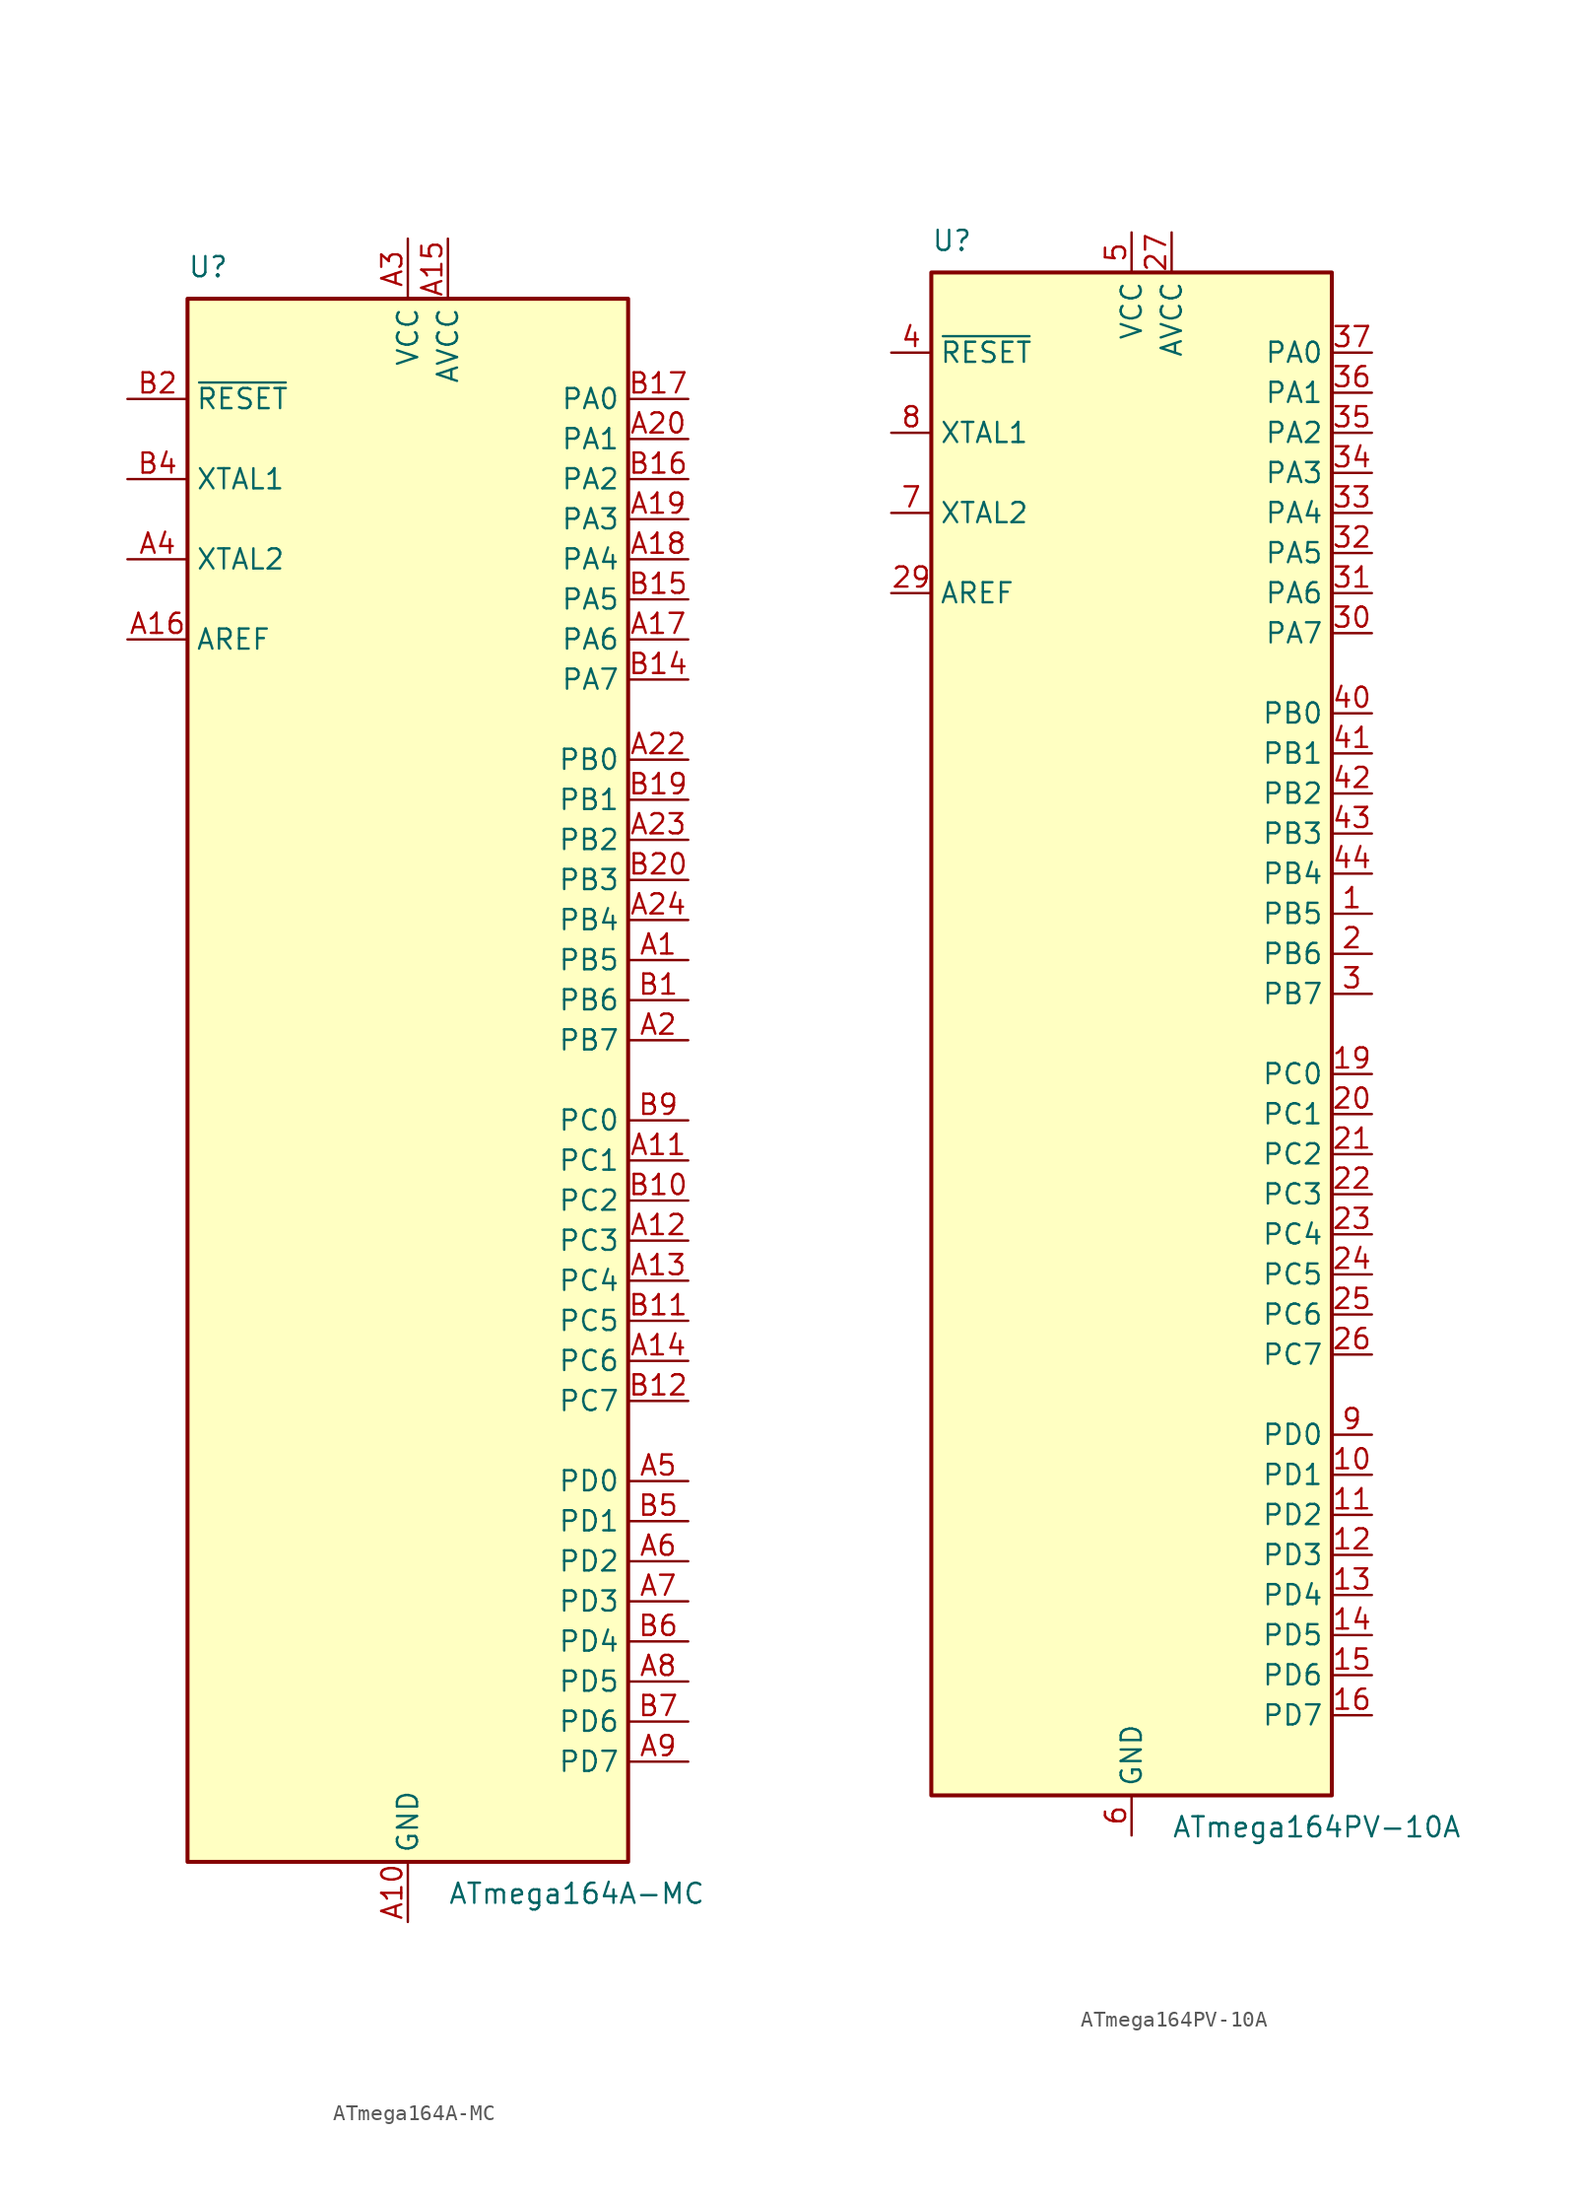
<source format=kicad_sym>
(kicad_symbol_lib
  (version 20201005)
  (generator kicad_symbol_editor)
  (symbol "ATmega164A-MC"
    (property "Reference" "U"
      (at -13.97 50.8 0)
      (effects (font (size 1.27 1.27)) (justify left bottom)))
    (property "Value" "ATmega164A-MC"
      (at 2.54 -50.8 0)
      (effects (font (size 1.27 1.27)) (justify left top)))
    (symbol "ATmega164A-MC_0_1"
      (rectangle (start -13.97 -49.53) (end 13.97 49.53) (stroke (width 0.254)) (fill (type background))))
    (symbol "ATmega164A-MC_1_1"
      (pin bidirectional line (at 17.78 7.62 180) (length 3.81) (name "PB5" (effects (font (size 1.27 1.27)))) (number "A1" (effects (font (size 1.27 1.27)))))
      (pin power_in line (at 0 -53.34 90) (length 3.81) (name "GND" (effects (font (size 1.27 1.27)))) (number "A10" (effects (font (size 1.27 1.27)))))
      (pin bidirectional line (at 17.78 -5.08 180) (length 3.81) (name "PC1" (effects (font (size 1.27 1.27)))) (number "A11" (effects (font (size 1.27 1.27)))))
      (pin bidirectional line (at 17.78 -10.16 180) (length 3.81) (name "PC3" (effects (font (size 1.27 1.27)))) (number "A12" (effects (font (size 1.27 1.27)))))
      (pin bidirectional line (at 17.78 -12.7 180) (length 3.81) (name "PC4" (effects (font (size 1.27 1.27)))) (number "A13" (effects (font (size 1.27 1.27)))))
      (pin bidirectional line (at 17.78 -17.78 180) (length 3.81) (name "PC6" (effects (font (size 1.27 1.27)))) (number "A14" (effects (font (size 1.27 1.27)))))
      (pin power_in line (at 2.54 53.34 270) (length 3.81) (name "AVCC" (effects (font (size 1.27 1.27)))) (number "A15" (effects (font (size 1.27 1.27)))))
      (pin passive line (at -17.78 27.94 0) (length 3.81) (name "AREF" (effects (font (size 1.27 1.27)))) (number "A16" (effects (font (size 1.27 1.27)))))
      (pin bidirectional line (at 17.78 27.94 180) (length 3.81) (name "PA6" (effects (font (size 1.27 1.27)))) (number "A17" (effects (font (size 1.27 1.27)))))
      (pin bidirectional line (at 17.78 33.02 180) (length 3.81) (name "PA4" (effects (font (size 1.27 1.27)))) (number "A18" (effects (font (size 1.27 1.27)))))
      (pin bidirectional line (at 17.78 35.56 180) (length 3.81) (name "PA3" (effects (font (size 1.27 1.27)))) (number "A19" (effects (font (size 1.27 1.27)))))
      (pin bidirectional line (at 17.78 2.54 180) (length 3.81) (name "PB7" (effects (font (size 1.27 1.27)))) (number "A2" (effects (font (size 1.27 1.27)))))
      (pin bidirectional line (at 17.78 40.64 180) (length 3.81) (name "PA1" (effects (font (size 1.27 1.27)))) (number "A20" (effects (font (size 1.27 1.27)))))
      (pin passive line (at 0 53.34 270) (length 3.81) hide (name "VCC" (effects (font (size 1.27 1.27)))) (number "A21" (effects (font (size 1.27 1.27)))))
      (pin bidirectional line (at 17.78 20.32 180) (length 3.81) (name "PB0" (effects (font (size 1.27 1.27)))) (number "A22" (effects (font (size 1.27 1.27)))))
      (pin bidirectional line (at 17.78 15.24 180) (length 3.81) (name "PB2" (effects (font (size 1.27 1.27)))) (number "A23" (effects (font (size 1.27 1.27)))))
      (pin bidirectional line (at 17.78 10.16 180) (length 3.81) (name "PB4" (effects (font (size 1.27 1.27)))) (number "A24" (effects (font (size 1.27 1.27)))))
      (pin power_in line (at 0 53.34 270) (length 3.81) (name "VCC" (effects (font (size 1.27 1.27)))) (number "A3" (effects (font (size 1.27 1.27)))))
      (pin output line (at -17.78 33.02 0) (length 3.81) (name "XTAL2" (effects (font (size 1.27 1.27)))) (number "A4" (effects (font (size 1.27 1.27)))))
      (pin bidirectional line (at 17.78 -25.4 180) (length 3.81) (name "PD0" (effects (font (size 1.27 1.27)))) (number "A5" (effects (font (size 1.27 1.27)))))
      (pin bidirectional line (at 17.78 -30.48 180) (length 3.81) (name "PD2" (effects (font (size 1.27 1.27)))) (number "A6" (effects (font (size 1.27 1.27)))))
      (pin bidirectional line (at 17.78 -33.02 180) (length 3.81) (name "PD3" (effects (font (size 1.27 1.27)))) (number "A7" (effects (font (size 1.27 1.27)))))
      (pin bidirectional line (at 17.78 -38.1 180) (length 3.81) (name "PD5" (effects (font (size 1.27 1.27)))) (number "A8" (effects (font (size 1.27 1.27)))))
      (pin bidirectional line (at 17.78 -43.18 180) (length 3.81) (name "PD7" (effects (font (size 1.27 1.27)))) (number "A9" (effects (font (size 1.27 1.27)))))
      (pin bidirectional line (at 17.78 5.08 180) (length 3.81) (name "PB6" (effects (font (size 1.27 1.27)))) (number "B1" (effects (font (size 1.27 1.27)))))
      (pin bidirectional line (at 17.78 -7.62 180) (length 3.81) (name "PC2" (effects (font (size 1.27 1.27)))) (number "B10" (effects (font (size 1.27 1.27)))))
      (pin bidirectional line (at 17.78 -15.24 180) (length 3.81) (name "PC5" (effects (font (size 1.27 1.27)))) (number "B11" (effects (font (size 1.27 1.27)))))
      (pin bidirectional line (at 17.78 -20.32 180) (length 3.81) (name "PC7" (effects (font (size 1.27 1.27)))) (number "B12" (effects (font (size 1.27 1.27)))))
      (pin passive line (at 0 -53.34 90) (length 3.81) hide (name "GND" (effects (font (size 1.27 1.27)))) (number "B13" (effects (font (size 1.27 1.27)))))
      (pin bidirectional line (at 17.78 25.4 180) (length 3.81) (name "PA7" (effects (font (size 1.27 1.27)))) (number "B14" (effects (font (size 1.27 1.27)))))
      (pin bidirectional line (at 17.78 30.48 180) (length 3.81) (name "PA5" (effects (font (size 1.27 1.27)))) (number "B15" (effects (font (size 1.27 1.27)))))
      (pin bidirectional line (at 17.78 38.1 180) (length 3.81) (name "PA2" (effects (font (size 1.27 1.27)))) (number "B16" (effects (font (size 1.27 1.27)))))
      (pin bidirectional line (at 17.78 43.18 180) (length 3.81) (name "PA0" (effects (font (size 1.27 1.27)))) (number "B17" (effects (font (size 1.27 1.27)))))
      (pin passive line (at 0 -53.34 90) (length 3.81) hide (name "GND" (effects (font (size 1.27 1.27)))) (number "B18" (effects (font (size 1.27 1.27)))))
      (pin bidirectional line (at 17.78 17.78 180) (length 3.81) (name "PB1" (effects (font (size 1.27 1.27)))) (number "B19" (effects (font (size 1.27 1.27)))))
      (pin input line (at -17.78 43.18 0) (length 3.81) (name "~RESET" (effects (font (size 1.27 1.27)))) (number "B2" (effects (font (size 1.27 1.27)))))
      (pin bidirectional line (at 17.78 12.7 180) (length 3.81) (name "PB3" (effects (font (size 1.27 1.27)))) (number "B20" (effects (font (size 1.27 1.27)))))
      (pin passive line (at 0 -53.34 90) (length 3.81) hide (name "GND" (effects (font (size 1.27 1.27)))) (number "B3" (effects (font (size 1.27 1.27)))))
      (pin input line (at -17.78 38.1 0) (length 3.81) (name "XTAL1" (effects (font (size 1.27 1.27)))) (number "B4" (effects (font (size 1.27 1.27)))))
      (pin bidirectional line (at 17.78 -27.94 180) (length 3.81) (name "PD1" (effects (font (size 1.27 1.27)))) (number "B5" (effects (font (size 1.27 1.27)))))
      (pin bidirectional line (at 17.78 -35.56 180) (length 3.81) (name "PD4" (effects (font (size 1.27 1.27)))) (number "B6" (effects (font (size 1.27 1.27)))))
      (pin bidirectional line (at 17.78 -40.64 180) (length 3.81) (name "PD6" (effects (font (size 1.27 1.27)))) (number "B7" (effects (font (size 1.27 1.27)))))
      (pin passive line (at 0 53.34 270) (length 3.81) hide (name "VCC" (effects (font (size 1.27 1.27)))) (number "B8" (effects (font (size 1.27 1.27)))))
      (pin bidirectional line (at 17.78 -2.54 180) (length 3.81) (name "PC0" (effects (font (size 1.27 1.27)))) (number "B9" (effects (font (size 1.27 1.27)))))
      (pin passive line (at 0 -53.34 90) (length 3.81) hide (name "GND" (effects (font (size 1.27 1.27)))) (number "EP" (effects (font (size 1.27 1.27)))))))
  (symbol "ATmega164PV-10A"
    (property "Reference" "U"
      (at -12.7 49.53 0)
      (effects (font (size 1.27 1.27)) (justify left bottom)))
    (property "Value" "ATmega164PV-10A"
      (at 2.54 -49.53 0)
      (effects (font (size 1.27 1.27)) (justify left top)))
    (symbol "ATmega164PV-10A_0_1"
      (rectangle (start -12.7 -48.26) (end 12.7 48.26) (stroke (width 0.254)) (fill (type background))))
    (symbol "ATmega164PV-10A_1_1"
      (pin bidirectional line (at 15.24 7.62 180) (length 2.54) (name "PB5" (effects (font (size 1.27 1.27)))) (number "1" (effects (font (size 1.27 1.27)))))
      (pin bidirectional line (at 15.24 -27.94 180) (length 2.54) (name "PD1" (effects (font (size 1.27 1.27)))) (number "10" (effects (font (size 1.27 1.27)))))
      (pin bidirectional line (at 15.24 -30.48 180) (length 2.54) (name "PD2" (effects (font (size 1.27 1.27)))) (number "11" (effects (font (size 1.27 1.27)))))
      (pin bidirectional line (at 15.24 -33.02 180) (length 2.54) (name "PD3" (effects (font (size 1.27 1.27)))) (number "12" (effects (font (size 1.27 1.27)))))
      (pin bidirectional line (at 15.24 -35.56 180) (length 2.54) (name "PD4" (effects (font (size 1.27 1.27)))) (number "13" (effects (font (size 1.27 1.27)))))
      (pin bidirectional line (at 15.24 -38.1 180) (length 2.54) (name "PD5" (effects (font (size 1.27 1.27)))) (number "14" (effects (font (size 1.27 1.27)))))
      (pin bidirectional line (at 15.24 -40.64 180) (length 2.54) (name "PD6" (effects (font (size 1.27 1.27)))) (number "15" (effects (font (size 1.27 1.27)))))
      (pin bidirectional line (at 15.24 -43.18 180) (length 2.54) (name "PD7" (effects (font (size 1.27 1.27)))) (number "16" (effects (font (size 1.27 1.27)))))
      (pin passive line (at 0 50.8 270) (length 2.54) hide (name "VCC" (effects (font (size 1.27 1.27)))) (number "17" (effects (font (size 1.27 1.27)))))
      (pin passive line (at 0 -50.8 90) (length 2.54) hide (name "GND" (effects (font (size 1.27 1.27)))) (number "18" (effects (font (size 1.27 1.27)))))
      (pin bidirectional line (at 15.24 -2.54 180) (length 2.54) (name "PC0" (effects (font (size 1.27 1.27)))) (number "19" (effects (font (size 1.27 1.27)))))
      (pin bidirectional line (at 15.24 5.08 180) (length 2.54) (name "PB6" (effects (font (size 1.27 1.27)))) (number "2" (effects (font (size 1.27 1.27)))))
      (pin bidirectional line (at 15.24 -5.08 180) (length 2.54) (name "PC1" (effects (font (size 1.27 1.27)))) (number "20" (effects (font (size 1.27 1.27)))))
      (pin bidirectional line (at 15.24 -7.62 180) (length 2.54) (name "PC2" (effects (font (size 1.27 1.27)))) (number "21" (effects (font (size 1.27 1.27)))))
      (pin bidirectional line (at 15.24 -10.16 180) (length 2.54) (name "PC3" (effects (font (size 1.27 1.27)))) (number "22" (effects (font (size 1.27 1.27)))))
      (pin bidirectional line (at 15.24 -12.7 180) (length 2.54) (name "PC4" (effects (font (size 1.27 1.27)))) (number "23" (effects (font (size 1.27 1.27)))))
      (pin bidirectional line (at 15.24 -15.24 180) (length 2.54) (name "PC5" (effects (font (size 1.27 1.27)))) (number "24" (effects (font (size 1.27 1.27)))))
      (pin bidirectional line (at 15.24 -17.78 180) (length 2.54) (name "PC6" (effects (font (size 1.27 1.27)))) (number "25" (effects (font (size 1.27 1.27)))))
      (pin bidirectional line (at 15.24 -20.32 180) (length 2.54) (name "PC7" (effects (font (size 1.27 1.27)))) (number "26" (effects (font (size 1.27 1.27)))))
      (pin power_in line (at 2.54 50.8 270) (length 2.54) (name "AVCC" (effects (font (size 1.27 1.27)))) (number "27" (effects (font (size 1.27 1.27)))))
      (pin passive line (at 0 -50.8 90) (length 2.54) hide (name "GND" (effects (font (size 1.27 1.27)))) (number "28" (effects (font (size 1.27 1.27)))))
      (pin passive line (at -15.24 27.94 0) (length 2.54) (name "AREF" (effects (font (size 1.27 1.27)))) (number "29" (effects (font (size 1.27 1.27)))))
      (pin bidirectional line (at 15.24 2.54 180) (length 2.54) (name "PB7" (effects (font (size 1.27 1.27)))) (number "3" (effects (font (size 1.27 1.27)))))
      (pin bidirectional line (at 15.24 25.4 180) (length 2.54) (name "PA7" (effects (font (size 1.27 1.27)))) (number "30" (effects (font (size 1.27 1.27)))))
      (pin bidirectional line (at 15.24 27.94 180) (length 2.54) (name "PA6" (effects (font (size 1.27 1.27)))) (number "31" (effects (font (size 1.27 1.27)))))
      (pin bidirectional line (at 15.24 30.48 180) (length 2.54) (name "PA5" (effects (font (size 1.27 1.27)))) (number "32" (effects (font (size 1.27 1.27)))))
      (pin bidirectional line (at 15.24 33.02 180) (length 2.54) (name "PA4" (effects (font (size 1.27 1.27)))) (number "33" (effects (font (size 1.27 1.27)))))
      (pin bidirectional line (at 15.24 35.56 180) (length 2.54) (name "PA3" (effects (font (size 1.27 1.27)))) (number "34" (effects (font (size 1.27 1.27)))))
      (pin bidirectional line (at 15.24 38.1 180) (length 2.54) (name "PA2" (effects (font (size 1.27 1.27)))) (number "35" (effects (font (size 1.27 1.27)))))
      (pin bidirectional line (at 15.24 40.64 180) (length 2.54) (name "PA1" (effects (font (size 1.27 1.27)))) (number "36" (effects (font (size 1.27 1.27)))))
      (pin bidirectional line (at 15.24 43.18 180) (length 2.54) (name "PA0" (effects (font (size 1.27 1.27)))) (number "37" (effects (font (size 1.27 1.27)))))
      (pin passive line (at 0 50.8 270) (length 2.54) hide (name "VCC" (effects (font (size 1.27 1.27)))) (number "38" (effects (font (size 1.27 1.27)))))
      (pin passive line (at 0 -50.8 90) (length 2.54) hide (name "GND" (effects (font (size 1.27 1.27)))) (number "39" (effects (font (size 1.27 1.27)))))
      (pin input line (at -15.24 43.18 0) (length 2.54) (name "~RESET" (effects (font (size 1.27 1.27)))) (number "4" (effects (font (size 1.27 1.27)))))
      (pin bidirectional line (at 15.24 20.32 180) (length 2.54) (name "PB0" (effects (font (size 1.27 1.27)))) (number "40" (effects (font (size 1.27 1.27)))))
      (pin bidirectional line (at 15.24 17.78 180) (length 2.54) (name "PB1" (effects (font (size 1.27 1.27)))) (number "41" (effects (font (size 1.27 1.27)))))
      (pin bidirectional line (at 15.24 15.24 180) (length 2.54) (name "PB2" (effects (font (size 1.27 1.27)))) (number "42" (effects (font (size 1.27 1.27)))))
      (pin bidirectional line (at 15.24 12.7 180) (length 2.54) (name "PB3" (effects (font (size 1.27 1.27)))) (number "43" (effects (font (size 1.27 1.27)))))
      (pin bidirectional line (at 15.24 10.16 180) (length 2.54) (name "PB4" (effects (font (size 1.27 1.27)))) (number "44" (effects (font (size 1.27 1.27)))))
      (pin power_in line (at 0 50.8 270) (length 2.54) (name "VCC" (effects (font (size 1.27 1.27)))) (number "5" (effects (font (size 1.27 1.27)))))
      (pin power_in line (at 0 -50.8 90) (length 2.54) (name "GND" (effects (font (size 1.27 1.27)))) (number "6" (effects (font (size 1.27 1.27)))))
      (pin output line (at -15.24 33.02 0) (length 2.54) (name "XTAL2" (effects (font (size 1.27 1.27)))) (number "7" (effects (font (size 1.27 1.27)))))
      (pin input line (at -15.24 38.1 0) (length 2.54) (name "XTAL1" (effects (font (size 1.27 1.27)))) (number "8" (effects (font (size 1.27 1.27)))))
      (pin bidirectional line (at 15.24 -25.4 180) (length 2.54) (name "PD0" (effects (font (size 1.27 1.27)))) (number "9" (effects (font (size 1.27 1.27))))))))
</source>
